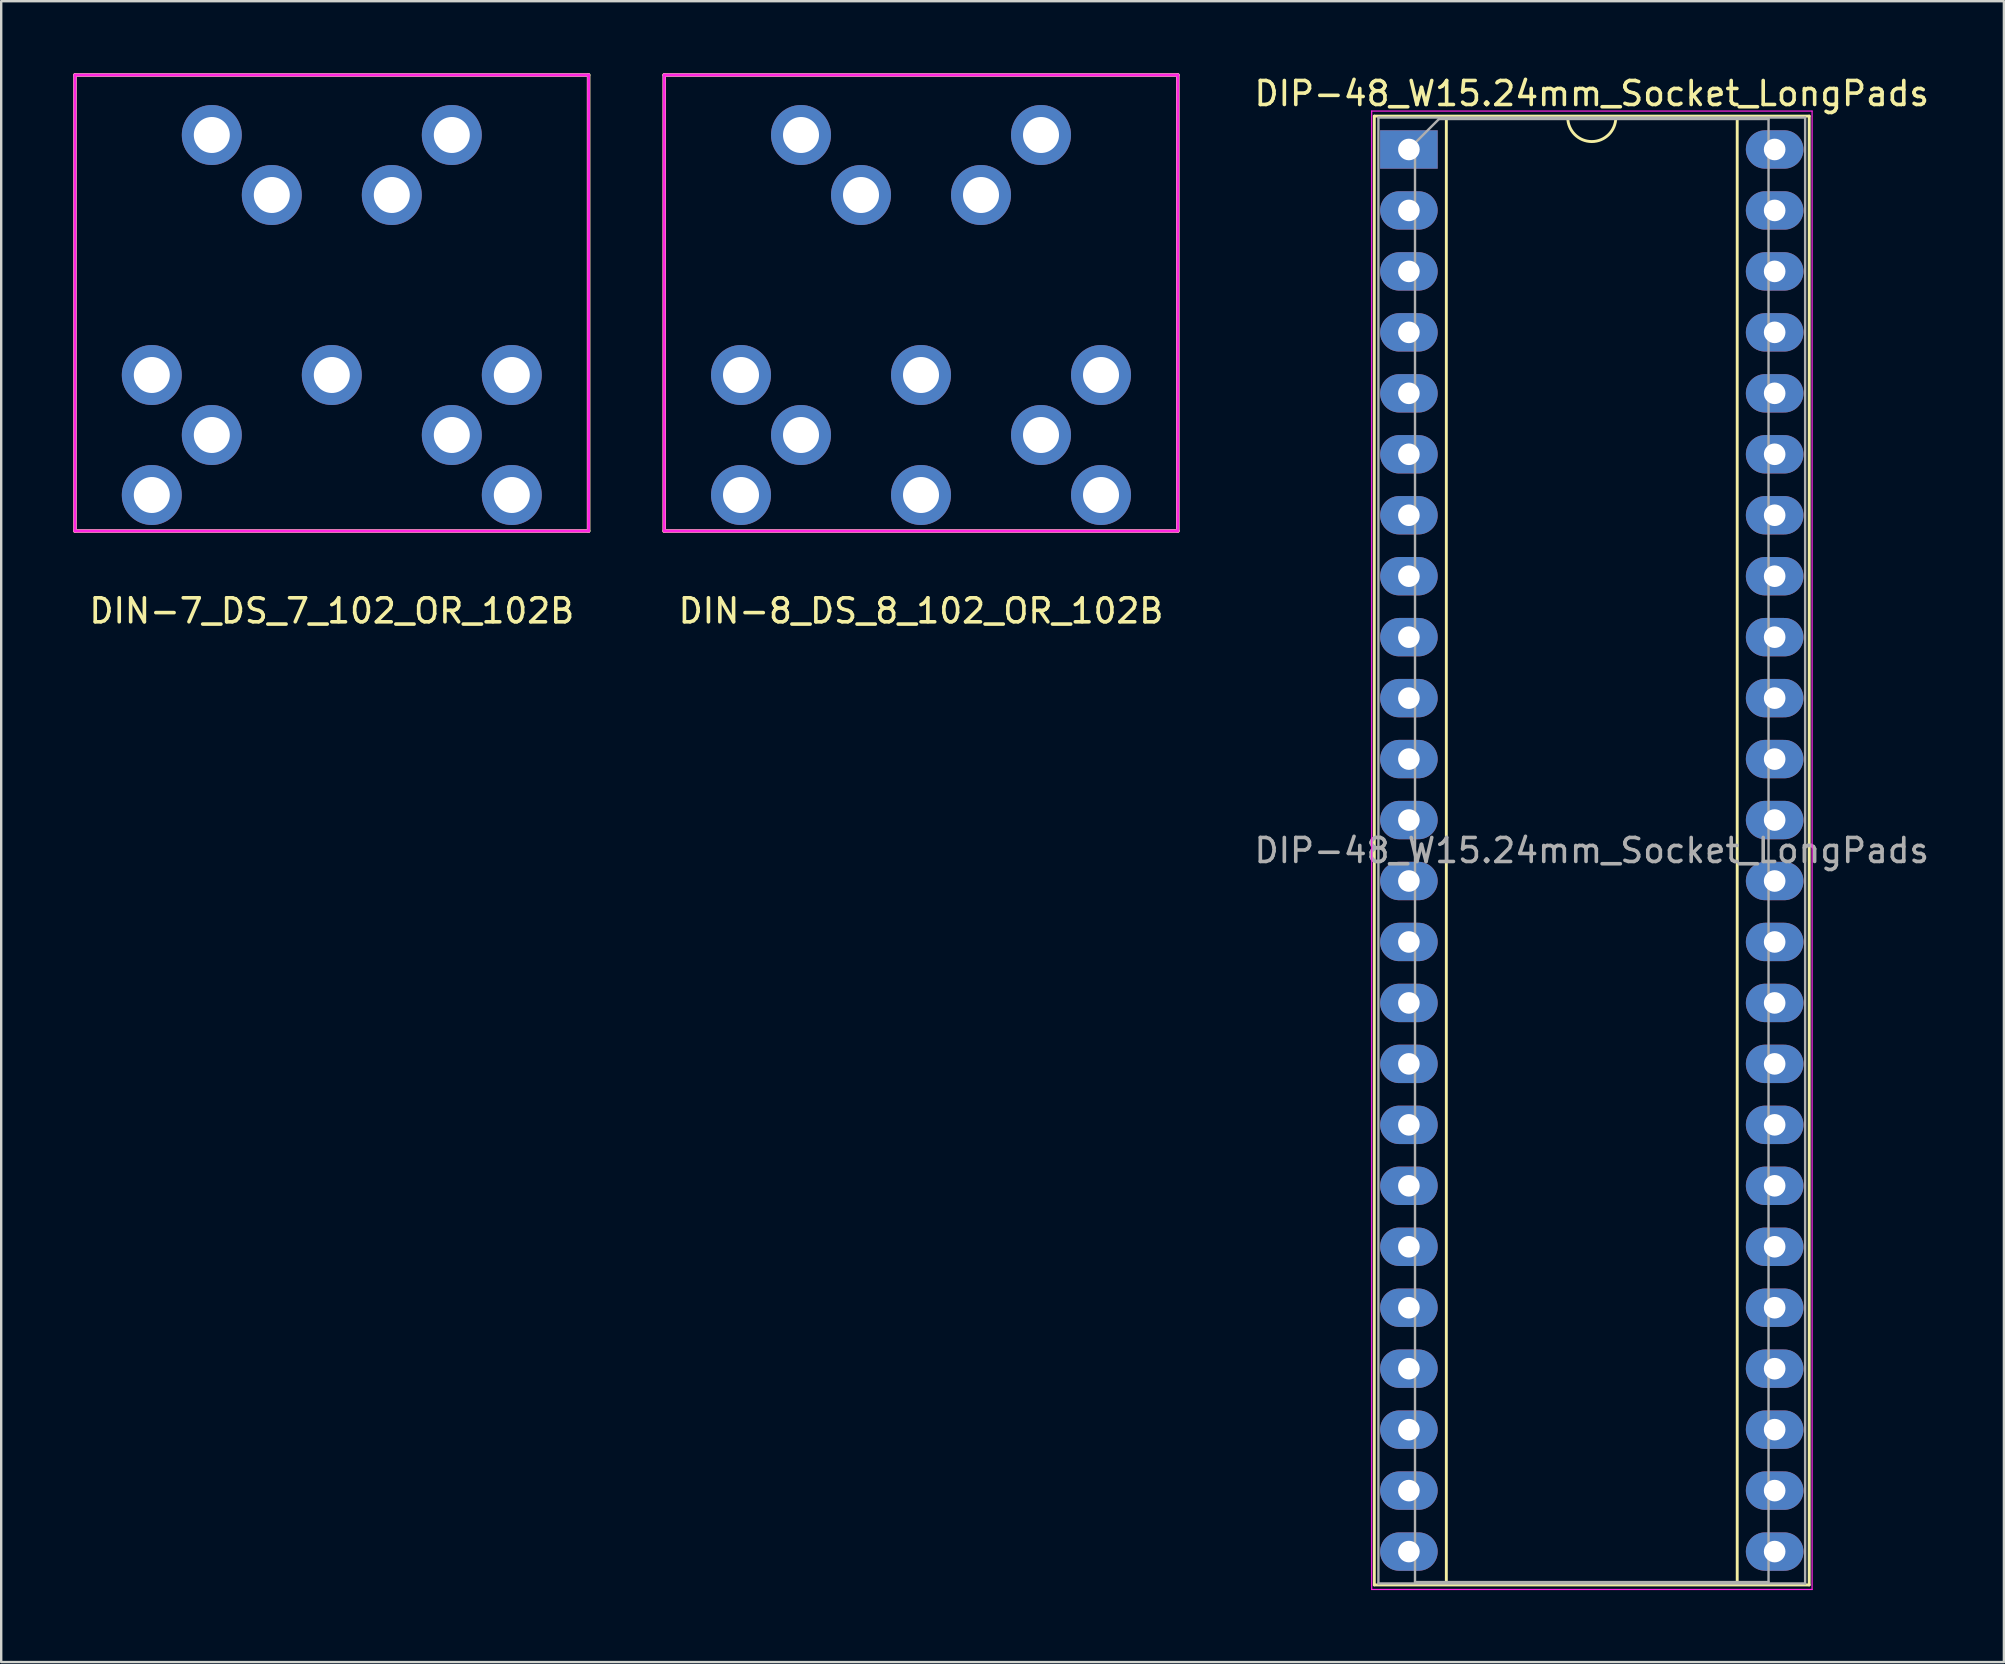
<source format=kicad_pcb>
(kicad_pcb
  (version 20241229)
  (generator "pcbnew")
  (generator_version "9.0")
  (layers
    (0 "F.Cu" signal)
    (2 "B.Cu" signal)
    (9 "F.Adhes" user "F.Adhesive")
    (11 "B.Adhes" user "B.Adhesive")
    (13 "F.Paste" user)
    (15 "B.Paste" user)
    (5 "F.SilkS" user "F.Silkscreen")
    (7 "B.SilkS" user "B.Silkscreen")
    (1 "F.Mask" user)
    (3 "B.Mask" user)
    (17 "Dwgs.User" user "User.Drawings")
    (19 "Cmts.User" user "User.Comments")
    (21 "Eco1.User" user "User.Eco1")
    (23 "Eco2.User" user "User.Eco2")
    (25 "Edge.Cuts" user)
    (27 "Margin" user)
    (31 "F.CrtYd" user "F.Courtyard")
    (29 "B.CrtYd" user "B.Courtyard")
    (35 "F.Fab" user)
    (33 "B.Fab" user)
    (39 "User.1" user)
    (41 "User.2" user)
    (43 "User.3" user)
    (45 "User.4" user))
  (footprint "DIN-8_DS_8_102_OR_102B"
    (layer "F.Cu")
    (at 35.325 9.575)
    (property "Reference" "DIN-8_DS_8_102_OR_102B" (at 0 12.827 0) (layer "F.SilkS") (effects (font (size 1 1) (thickness 0.15))))
    (attr through_hole)
    (fp_line (start -10.7 -9.5) (end 10.7 -9.5) (stroke (width 0.15) (type solid)) (layer "F.SilkS"))
    (fp_line (start -10.7 9.5) (end -10.7 -9.5) (stroke (width 0.15) (type solid)) (layer "F.SilkS"))
    (fp_line (start 10.7 -9.5) (end 10.7 9.5) (stroke (width 0.15) (type solid)) (layer "F.SilkS"))
    (fp_line (start 10.7 9.5) (end -10.7 9.5) (stroke (width 0.15) (type solid)) (layer "F.SilkS"))
    (fp_line (start -10.7 -9.5) (end 10.7 -9.5) (stroke (width 0.12) (type solid)) (layer "F.CrtYd"))
    (fp_line (start -10.7 9.5) (end -10.7 -9.5) (stroke (width 0.12) (type solid)) (layer "F.CrtYd"))
    (fp_line (start 10.7 -9.5) (end 10.7 9.5) (stroke (width 0.12) (type solid)) (layer "F.CrtYd"))
    (fp_line (start 10.7 9.5) (end -10.7 9.5) (stroke (width 0.12) (type solid)) (layer "F.CrtYd"))
    (pad "0" thru_hole circle (at -5 -7) (size 2.5 2.5) (drill 1.5) (layers "*.Cu" "*.Mask"))
    (pad "0" thru_hole circle (at -2.5 -4.5) (size 2.5 2.5) (drill 1.5) (layers "*.Cu" "*.Mask"))
    (pad "0" thru_hole circle (at 2.5 -4.5) (size 2.5 2.5) (drill 1.5) (layers "*.Cu" "*.Mask"))
    (pad "0" thru_hole circle (at 5 -7) (size 2.5 2.5) (drill 1.5) (layers "*.Cu" "*.Mask"))
    (pad "1" thru_hole circle (at -7.5 3) (size 2.5 2.5) (drill 1.5) (layers "*.Cu" "*.Mask"))
    (pad "2" thru_hole circle (at 0 3) (size 2.5 2.5) (drill 1.5) (layers "*.Cu" "*.Mask"))
    (pad "3" thru_hole circle (at 7.5 3) (size 2.5 2.5) (drill 1.5) (layers "*.Cu" "*.Mask"))
    (pad "4" thru_hole circle (at -5 5.5) (size 2.5 2.5) (drill 1.5) (layers "*.Cu" "*.Mask"))
    (pad "5" thru_hole circle (at 5 5.5) (size 2.5 2.5) (drill 1.5) (layers "*.Cu" "*.Mask"))
    (pad "6" thru_hole circle (at 0 8) (size 2.5 2.5) (drill 1.5) (layers "*.Cu" "*.Mask"))
    (pad "7" thru_hole circle (at -7.5 8) (size 2.5 2.5) (drill 1.5) (layers "*.Cu" "*.Mask"))
    (pad "8" thru_hole circle (at 7.5 8) (size 2.5 2.5) (drill 1.5) (layers "*.Cu" "*.Mask")))
  (footprint "DIP-48_W15.24mm_Socket_LongPads"
    (layer "F.Cu")
    (at 55.653 3.178)
    (property "Reference" "DIP-48_W15.24mm_Socket_LongPads" (at 7.62 -2.33 0) (layer "F.SilkS") (effects (font (size 1 1) (thickness 0.15))))
    (attr through_hole)
    (fp_line (start -1.44 -1.39) (end -1.44 59.81) (stroke (width 0.12) (type solid)) (layer "F.SilkS"))
    (fp_line (start -1.44 59.81) (end 16.68 59.81) (stroke (width 0.12) (type solid)) (layer "F.SilkS"))
    (fp_line (start 1.56 -1.33) (end 1.56 59.75) (stroke (width 0.12) (type solid)) (layer "F.SilkS"))
    (fp_line (start 1.56 59.75) (end 13.68 59.75) (stroke (width 0.12) (type solid)) (layer "F.SilkS"))
    (fp_line (start 6.62 -1.33) (end 1.56 -1.33) (stroke (width 0.12) (type solid)) (layer "F.SilkS"))
    (fp_line (start 13.68 -1.33) (end 8.62 -1.33) (stroke (width 0.12) (type solid)) (layer "F.SilkS"))
    (fp_line (start 13.68 59.75) (end 13.68 -1.33) (stroke (width 0.12) (type solid)) (layer "F.SilkS"))
    (fp_line (start 16.68 -1.39) (end -1.44 -1.39) (stroke (width 0.12) (type solid)) (layer "F.SilkS"))
    (fp_line (start 16.68 59.81) (end 16.68 -1.39) (stroke (width 0.12) (type solid)) (layer "F.SilkS"))
    (fp_arc (start 8.62 -1.33) (mid 7.62 -0.33) (end 6.62 -1.33) (stroke (width 0.12) (type solid)) (layer "F.SilkS"))
    (fp_line (start -1.55 -1.6) (end -1.55 60) (stroke (width 0.05) (type solid)) (layer "F.CrtYd"))
    (fp_line (start -1.55 60) (end 16.8 60) (stroke (width 0.05) (type solid)) (layer "F.CrtYd"))
    (fp_line (start 16.8 -1.6) (end -1.55 -1.6) (stroke (width 0.05) (type solid)) (layer "F.CrtYd"))
    (fp_line (start 16.8 60) (end 16.8 -1.6) (stroke (width 0.05) (type solid)) (layer "F.CrtYd"))
    (fp_line (start -1.27 -1.33) (end -1.27 59.75) (stroke (width 0.1) (type solid)) (layer "F.Fab"))
    (fp_line (start -1.27 59.75) (end 16.51 59.75) (stroke (width 0.1) (type solid)) (layer "F.Fab"))
    (fp_line (start 0.255 -0.27) (end 1.255 -1.27) (stroke (width 0.1) (type solid)) (layer "F.Fab"))
    (fp_line (start 0.255 59.69) (end 0.255 -0.27) (stroke (width 0.1) (type solid)) (layer "F.Fab"))
    (fp_line (start 1.255 -1.27) (end 14.985 -1.27) (stroke (width 0.1) (type solid)) (layer "F.Fab"))
    (fp_line (start 14.985 -1.27) (end 14.985 59.69) (stroke (width 0.1) (type solid)) (layer "F.Fab"))
    (fp_line (start 14.985 59.69) (end 0.255 59.69) (stroke (width 0.1) (type solid)) (layer "F.Fab"))
    (fp_line (start 16.51 -1.33) (end -1.27 -1.33) (stroke (width 0.1) (type solid)) (layer "F.Fab"))
    (fp_line (start 16.51 59.75) (end 16.51 -1.33) (stroke (width 0.1) (type solid)) (layer "F.Fab"))
    (fp_text user "${REFERENCE}" (at 7.62 29.21 0) (layer "F.Fab") (effects (font (size 1 1) (thickness 0.15))))
    (pad "1" thru_hole rect (at 0 0) (size 2.4 1.6) (drill 0.9) (layers "*.Cu" "*.Mask"))
    (pad "2" thru_hole oval (at 0 2.54) (size 2.4 1.6) (drill 0.9) (layers "*.Cu" "*.Mask"))
    (pad "3" thru_hole oval (at 0 5.08) (size 2.4 1.6) (drill 0.9) (layers "*.Cu" "*.Mask"))
    (pad "4" thru_hole oval (at 0 7.62) (size 2.4 1.6) (drill 0.9) (layers "*.Cu" "*.Mask"))
    (pad "5" thru_hole oval (at 0 10.16) (size 2.4 1.6) (drill 0.9) (layers "*.Cu" "*.Mask"))
    (pad "6" thru_hole oval (at 0 12.7) (size 2.4 1.6) (drill 0.9) (layers "*.Cu" "*.Mask"))
    (pad "7" thru_hole oval (at 0 15.24) (size 2.4 1.6) (drill 0.9) (layers "*.Cu" "*.Mask"))
    (pad "8" thru_hole oval (at 0 17.78) (size 2.4 1.6) (drill 0.9) (layers "*.Cu" "*.Mask"))
    (pad "9" thru_hole oval (at 0 20.32) (size 2.4 1.6) (drill 0.9) (layers "*.Cu" "*.Mask"))
    (pad "10" thru_hole oval (at 0 22.86) (size 2.4 1.6) (drill 0.9) (layers "*.Cu" "*.Mask"))
    (pad "11" thru_hole oval (at 0 25.4) (size 2.4 1.6) (drill 0.9) (layers "*.Cu" "*.Mask"))
    (pad "12" thru_hole oval (at 0 27.94) (size 2.4 1.6) (drill 0.9) (layers "*.Cu" "*.Mask"))
    (pad "13" thru_hole oval (at 0 30.48) (size 2.4 1.6) (drill 0.9) (layers "*.Cu" "*.Mask"))
    (pad "14" thru_hole oval (at 0 33.02) (size 2.4 1.6) (drill 0.9) (layers "*.Cu" "*.Mask"))
    (pad "15" thru_hole oval (at 0 35.56) (size 2.4 1.6) (drill 0.9) (layers "*.Cu" "*.Mask"))
    (pad "16" thru_hole oval (at 0 38.1) (size 2.4 1.6) (drill 0.9) (layers "*.Cu" "*.Mask"))
    (pad "17" thru_hole oval (at 0 40.64) (size 2.4 1.6) (drill 0.9) (layers "*.Cu" "*.Mask"))
    (pad "18" thru_hole oval (at 0 43.18) (size 2.4 1.6) (drill 0.9) (layers "*.Cu" "*.Mask"))
    (pad "19" thru_hole oval (at 0 45.72) (size 2.4 1.6) (drill 0.9) (layers "*.Cu" "*.Mask"))
    (pad "20" thru_hole oval (at 0 48.26) (size 2.4 1.6) (drill 0.9) (layers "*.Cu" "*.Mask"))
    (pad "21" thru_hole oval (at 0 50.8) (size 2.4 1.6) (drill 0.9) (layers "*.Cu" "*.Mask"))
    (pad "22" thru_hole oval (at 0 53.34) (size 2.4 1.6) (drill 0.9) (layers "*.Cu" "*.Mask"))
    (pad "23" thru_hole oval (at 0 55.88) (size 2.4 1.6) (drill 0.9) (layers "*.Cu" "*.Mask"))
    (pad "24" thru_hole oval (at 0 58.42) (size 2.4 1.6) (drill 0.9) (layers "*.Cu" "*.Mask"))
    (pad "25" thru_hole oval (at 15.24 58.42) (size 2.4 1.6) (drill 0.9) (layers "*.Cu" "*.Mask"))
    (pad "26" thru_hole oval (at 15.24 55.88) (size 2.4 1.6) (drill 0.9) (layers "*.Cu" "*.Mask"))
    (pad "27" thru_hole oval (at 15.24 53.34) (size 2.4 1.6) (drill 0.9) (layers "*.Cu" "*.Mask"))
    (pad "28" thru_hole oval (at 15.24 50.8) (size 2.4 1.6) (drill 0.9) (layers "*.Cu" "*.Mask"))
    (pad "29" thru_hole oval (at 15.24 48.26) (size 2.4 1.6) (drill 0.9) (layers "*.Cu" "*.Mask"))
    (pad "30" thru_hole oval (at 15.24 45.72) (size 2.4 1.6) (drill 0.9) (layers "*.Cu" "*.Mask"))
    (pad "31" thru_hole oval (at 15.24 43.18) (size 2.4 1.6) (drill 0.9) (layers "*.Cu" "*.Mask"))
    (pad "32" thru_hole oval (at 15.24 40.64) (size 2.4 1.6) (drill 0.9) (layers "*.Cu" "*.Mask"))
    (pad "33" thru_hole oval (at 15.24 38.1) (size 2.4 1.6) (drill 0.9) (layers "*.Cu" "*.Mask"))
    (pad "34" thru_hole oval (at 15.24 35.56) (size 2.4 1.6) (drill 0.9) (layers "*.Cu" "*.Mask"))
    (pad "35" thru_hole oval (at 15.24 33.02) (size 2.4 1.6) (drill 0.9) (layers "*.Cu" "*.Mask"))
    (pad "36" thru_hole oval (at 15.24 30.48) (size 2.4 1.6) (drill 0.9) (layers "*.Cu" "*.Mask"))
    (pad "37" thru_hole oval (at 15.24 27.94) (size 2.4 1.6) (drill 0.9) (layers "*.Cu" "*.Mask"))
    (pad "38" thru_hole oval (at 15.24 25.4) (size 2.4 1.6) (drill 0.9) (layers "*.Cu" "*.Mask"))
    (pad "39" thru_hole oval (at 15.24 22.86) (size 2.4 1.6) (drill 0.9) (layers "*.Cu" "*.Mask"))
    (pad "40" thru_hole oval (at 15.24 20.32) (size 2.4 1.6) (drill 0.9) (layers "*.Cu" "*.Mask"))
    (pad "41" thru_hole oval (at 15.24 17.78) (size 2.4 1.6) (drill 0.9) (layers "*.Cu" "*.Mask"))
    (pad "42" thru_hole oval (at 15.24 15.24) (size 2.4 1.6) (drill 0.9) (layers "*.Cu" "*.Mask"))
    (pad "43" thru_hole oval (at 15.24 12.7) (size 2.4 1.6) (drill 0.9) (layers "*.Cu" "*.Mask"))
    (pad "44" thru_hole oval (at 15.24 10.16) (size 2.4 1.6) (drill 0.9) (layers "*.Cu" "*.Mask"))
    (pad "45" thru_hole oval (at 15.24 7.62) (size 2.4 1.6) (drill 0.9) (layers "*.Cu" "*.Mask"))
    (pad "46" thru_hole oval (at 15.24 5.08) (size 2.4 1.6) (drill 0.9) (layers "*.Cu" "*.Mask"))
    (pad "47" thru_hole oval (at 15.24 2.54) (size 2.4 1.6) (drill 0.9) (layers "*.Cu" "*.Mask"))
    (pad "48" thru_hole oval (at 15.24 0) (size 2.4 1.6) (drill 0.9) (layers "*.Cu" "*.Mask")))
  (footprint "DIN-7_DS_7_102_OR_102B"
    (layer "F.Cu")
    (at 10.775 9.575)
    (property "Reference" "DIN-7_DS_7_102_OR_102B" (at 0 12.827 0) (layer "F.SilkS") (effects (font (size 1 1) (thickness 0.15))))
    (attr through_hole)
    (fp_line (start -10.7 -9.5) (end 10.7 -9.5) (stroke (width 0.15) (type solid)) (layer "F.SilkS"))
    (fp_line (start -10.7 9.5) (end -10.7 -9.5) (stroke (width 0.15) (type solid)) (layer "F.SilkS"))
    (fp_line (start 10.7 -9.5) (end 10.7 9.5) (stroke (width 0.15) (type solid)) (layer "F.SilkS"))
    (fp_line (start 10.7 9.5) (end -10.7 9.5) (stroke (width 0.15) (type solid)) (layer "F.SilkS"))
    (fp_line (start -10.7 -9.5) (end 10.7 -9.5) (stroke (width 0.12) (type solid)) (layer "F.CrtYd"))
    (fp_line (start -10.7 9.5) (end -10.7 -9.5) (stroke (width 0.12) (type solid)) (layer "F.CrtYd"))
    (fp_line (start 10.7 -9.5) (end 10.7 9.5) (stroke (width 0.12) (type solid)) (layer "F.CrtYd"))
    (fp_line (start 10.7 9.5) (end -10.7 9.5) (stroke (width 0.12) (type solid)) (layer "F.CrtYd"))
    (pad "0" thru_hole circle (at -5 -7) (size 2.5 2.5) (drill 1.5) (layers "*.Cu" "*.Mask"))
    (pad "0" thru_hole circle (at -2.5 -4.5) (size 2.5 2.5) (drill 1.5) (layers "*.Cu" "*.Mask"))
    (pad "0" thru_hole circle (at 2.5 -4.5) (size 2.5 2.5) (drill 1.5) (layers "*.Cu" "*.Mask"))
    (pad "0" thru_hole circle (at 5 -7) (size 2.5 2.5) (drill 1.5) (layers "*.Cu" "*.Mask"))
    (pad "1" thru_hole circle (at -7.5 3) (size 2.5 2.5) (drill 1.5) (layers "*.Cu" "*.Mask"))
    (pad "2" thru_hole circle (at 0 3) (size 2.5 2.5) (drill 1.5) (layers "*.Cu" "*.Mask"))
    (pad "3" thru_hole circle (at 7.5 3) (size 2.5 2.5) (drill 1.5) (layers "*.Cu" "*.Mask"))
    (pad "4" thru_hole circle (at -5 5.5) (size 2.5 2.5) (drill 1.5) (layers "*.Cu" "*.Mask"))
    (pad "5" thru_hole circle (at 5 5.5) (size 2.5 2.5) (drill 1.5) (layers "*.Cu" "*.Mask"))
    (pad "6" thru_hole circle (at -7.5 8) (size 2.5 2.5) (drill 1.5) (layers "*.Cu" "*.Mask"))
    (pad "7" thru_hole circle (at 7.5 8) (size 2.5 2.5) (drill 1.5) (layers "*.Cu" "*.Mask")))
  (gr_rect
    (start -3 -3)
    (end 80.445 66.203)
    (stroke (width 0.1) (type default))
    (fill no)
    (layer "Edge.Cuts")))
</source>
